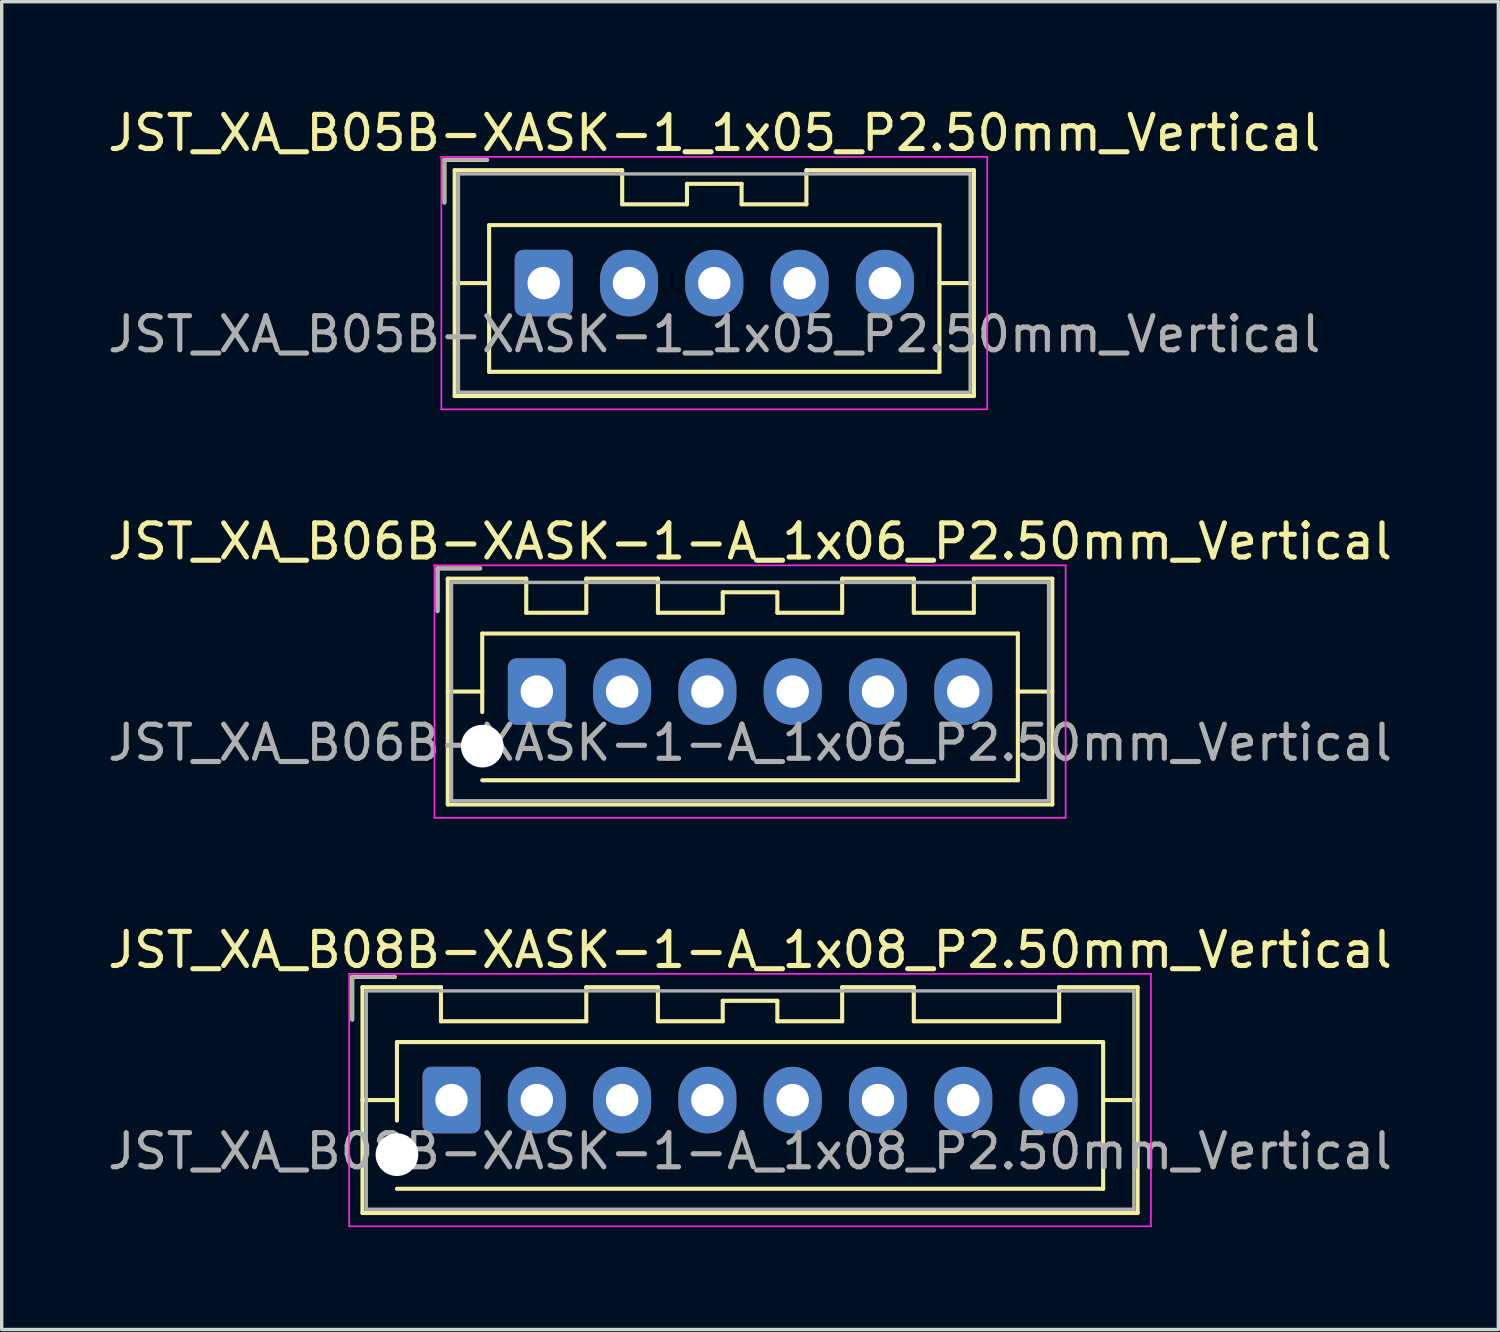
<source format=kicad_pcb>
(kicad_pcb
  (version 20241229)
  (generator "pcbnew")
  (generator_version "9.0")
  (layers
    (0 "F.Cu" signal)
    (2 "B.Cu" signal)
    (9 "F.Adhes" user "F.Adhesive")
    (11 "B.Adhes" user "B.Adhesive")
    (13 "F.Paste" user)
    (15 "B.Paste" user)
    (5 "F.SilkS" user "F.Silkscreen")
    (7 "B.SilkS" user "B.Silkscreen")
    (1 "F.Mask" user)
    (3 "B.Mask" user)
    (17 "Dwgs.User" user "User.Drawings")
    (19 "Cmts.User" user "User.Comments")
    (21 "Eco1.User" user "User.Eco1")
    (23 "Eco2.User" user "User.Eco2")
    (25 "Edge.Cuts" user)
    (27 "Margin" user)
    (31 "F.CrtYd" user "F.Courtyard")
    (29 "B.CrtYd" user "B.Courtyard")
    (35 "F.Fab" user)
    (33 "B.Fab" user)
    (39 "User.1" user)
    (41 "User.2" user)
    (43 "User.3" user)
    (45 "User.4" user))
  (footprint "JST_XA_B06B-XASK-1-A_1x06_P2.50mm_Vertical"
    (layer "F.Cu")
    (at 12.685 17.221)
    (property "Reference" "JST_XA_B06B-XASK-1-A_1x06_P2.50mm_Vertical" (at 6.25 -4.4 0) (layer "F.SilkS") (effects (font (size 1 1) (thickness 0.15))))
    (attr through_hole)
    (fp_line (start -2.91 -3.61) (end -2.91 -2.36) (stroke (width 0.12) (type solid)) (layer "F.SilkS"))
    (fp_line (start -2.61 -3.31) (end -2.61 3.31) (stroke (width 0.12) (type solid)) (layer "F.SilkS"))
    (fp_line (start -2.61 0) (end -1.6 0) (stroke (width 0.12) (type solid)) (layer "F.SilkS"))
    (fp_line (start -2.61 3.31) (end 15.11 3.31) (stroke (width 0.12) (type solid)) (layer "F.SilkS"))
    (fp_line (start -1.66 -3.61) (end -2.91 -3.61) (stroke (width 0.12) (type solid)) (layer "F.SilkS"))
    (fp_line (start -1.6 -1.7) (end 14.1 -1.7) (stroke (width 0.12) (type solid)) (layer "F.SilkS"))
    (fp_line (start -1.6 0.6) (end -1.6 -1.7) (stroke (width 0.12) (type solid)) (layer "F.SilkS"))
    (fp_line (start -0.31 -3.31) (end -2.61 -3.31) (stroke (width 0.12) (type solid)) (layer "F.SilkS"))
    (fp_line (start -0.31 -2.31) (end -0.31 -3.31) (stroke (width 0.12) (type solid)) (layer "F.SilkS"))
    (fp_line (start 1.45 -3.31) (end 1.45 -2.31) (stroke (width 0.12) (type solid)) (layer "F.SilkS"))
    (fp_line (start 1.45 -2.31) (end -0.31 -2.31) (stroke (width 0.12) (type solid)) (layer "F.SilkS"))
    (fp_line (start 3.55 -3.31) (end 1.45 -3.31) (stroke (width 0.12) (type solid)) (layer "F.SilkS"))
    (fp_line (start 3.55 -2.31) (end 3.55 -3.31) (stroke (width 0.12) (type solid)) (layer "F.SilkS"))
    (fp_line (start 5.45 -2.91) (end 5.45 -2.31) (stroke (width 0.12) (type solid)) (layer "F.SilkS"))
    (fp_line (start 5.45 -2.31) (end 3.55 -2.31) (stroke (width 0.12) (type solid)) (layer "F.SilkS"))
    (fp_line (start 7.05 -2.91) (end 5.45 -2.91) (stroke (width 0.12) (type solid)) (layer "F.SilkS"))
    (fp_line (start 7.05 -2.31) (end 7.05 -2.91) (stroke (width 0.12) (type solid)) (layer "F.SilkS"))
    (fp_line (start 8.95 -3.31) (end 8.95 -2.31) (stroke (width 0.12) (type solid)) (layer "F.SilkS"))
    (fp_line (start 8.95 -2.31) (end 7.05 -2.31) (stroke (width 0.12) (type solid)) (layer "F.SilkS"))
    (fp_line (start 11.05 -3.31) (end 8.95 -3.31) (stroke (width 0.12) (type solid)) (layer "F.SilkS"))
    (fp_line (start 11.05 -2.31) (end 11.05 -3.31) (stroke (width 0.12) (type solid)) (layer "F.SilkS"))
    (fp_line (start 12.81 -3.31) (end 12.81 -2.31) (stroke (width 0.12) (type solid)) (layer "F.SilkS"))
    (fp_line (start 12.81 -2.31) (end 11.05 -2.31) (stroke (width 0.12) (type solid)) (layer "F.SilkS"))
    (fp_line (start 14.1 -1.7) (end 14.1 2.6) (stroke (width 0.12) (type solid)) (layer "F.SilkS"))
    (fp_line (start 14.1 2.6) (end -1.6 2.6) (stroke (width 0.12) (type solid)) (layer "F.SilkS"))
    (fp_line (start 15.11 -3.31) (end 12.81 -3.31) (stroke (width 0.12) (type solid)) (layer "F.SilkS"))
    (fp_line (start 15.11 0) (end 14.1 0) (stroke (width 0.12) (type solid)) (layer "F.SilkS"))
    (fp_line (start 15.11 3.31) (end 15.11 -3.31) (stroke (width 0.12) (type solid)) (layer "F.SilkS"))
    (fp_line (start -3 -3.7) (end -3 3.7) (stroke (width 0.05) (type solid)) (layer "F.CrtYd"))
    (fp_line (start -3 3.7) (end 15.5 3.7) (stroke (width 0.05) (type solid)) (layer "F.CrtYd"))
    (fp_line (start 15.5 -3.7) (end -3 -3.7) (stroke (width 0.05) (type solid)) (layer "F.CrtYd"))
    (fp_line (start 15.5 3.7) (end 15.5 -3.7) (stroke (width 0.05) (type solid)) (layer "F.CrtYd"))
    (fp_line (start -2.91 -3.61) (end -2.91 -2.36) (stroke (width 0.1) (type solid)) (layer "F.Fab"))
    (fp_line (start -2.5 -3.2) (end -2.5 3.2) (stroke (width 0.1) (type solid)) (layer "F.Fab"))
    (fp_line (start -2.5 3.2) (end 15 3.2) (stroke (width 0.1) (type solid)) (layer "F.Fab"))
    (fp_line (start -1.66 -3.61) (end -2.91 -3.61) (stroke (width 0.1) (type solid)) (layer "F.Fab"))
    (fp_line (start 15 -3.2) (end -2.5 -3.2) (stroke (width 0.1) (type solid)) (layer "F.Fab"))
    (fp_line (start 15 3.2) (end 15 -3.2) (stroke (width 0.1) (type solid)) (layer "F.Fab"))
    (fp_text user "${REFERENCE}" (at 6.25 1.5 0) (layer "F.Fab") (effects (font (size 1 1) (thickness 0.15))))
    (pad "" np_thru_hole circle (at -1.6 1.6) (size 1.25 1.25) (drill 1.25) (layers "*.Cu" "*.Mask"))
    (pad "1" thru_hole roundrect (at 0 0) (size 1.7 1.95) (drill 0.95) (layers "*.Cu" "*.Mask") (roundrect_rratio 0.147))
    (pad "2" thru_hole oval (at 2.5 0) (size 1.7 1.95) (drill 0.95) (layers "*.Cu" "*.Mask"))
    (pad "3" thru_hole oval (at 5 0) (size 1.7 1.95) (drill 0.95) (layers "*.Cu" "*.Mask"))
    (pad "4" thru_hole oval (at 7.5 0) (size 1.7 1.95) (drill 0.95) (layers "*.Cu" "*.Mask"))
    (pad "5" thru_hole oval (at 10 0) (size 1.7 1.95) (drill 0.95) (layers "*.Cu" "*.Mask"))
    (pad "6" thru_hole oval (at 12.5 0) (size 1.7 1.95) (drill 0.95) (layers "*.Cu" "*.Mask")))
  (footprint "JST_XA_B05B-XASK-1_1x05_P2.50mm_Vertical"
    (layer "F.Cu")
    (at 12.887 5.248)
    (property "Reference" "JST_XA_B05B-XASK-1_1x05_P2.50mm_Vertical" (at 5 -4.4 0) (layer "F.SilkS") (effects (font (size 1 1) (thickness 0.15))))
    (attr through_hole)
    (fp_line (start -2.91 -3.61) (end -2.91 -2.36) (stroke (width 0.12) (type solid)) (layer "F.SilkS"))
    (fp_line (start -2.61 -3.31) (end -2.61 3.31) (stroke (width 0.12) (type solid)) (layer "F.SilkS"))
    (fp_line (start -2.61 0) (end -1.6 0) (stroke (width 0.12) (type solid)) (layer "F.SilkS"))
    (fp_line (start -2.61 3.31) (end 12.61 3.31) (stroke (width 0.12) (type solid)) (layer "F.SilkS"))
    (fp_line (start -1.66 -3.61) (end -2.91 -3.61) (stroke (width 0.12) (type solid)) (layer "F.SilkS"))
    (fp_line (start -1.6 -1.7) (end -1.6 2.6) (stroke (width 0.12) (type solid)) (layer "F.SilkS"))
    (fp_line (start -1.6 2.6) (end 11.6 2.6) (stroke (width 0.12) (type solid)) (layer "F.SilkS"))
    (fp_line (start 2.3 -3.31) (end -2.61 -3.31) (stroke (width 0.12) (type solid)) (layer "F.SilkS"))
    (fp_line (start 2.3 -2.31) (end 2.3 -3.31) (stroke (width 0.12) (type solid)) (layer "F.SilkS"))
    (fp_line (start 4.2 -2.91) (end 4.2 -2.31) (stroke (width 0.12) (type solid)) (layer "F.SilkS"))
    (fp_line (start 4.2 -2.31) (end 2.3 -2.31) (stroke (width 0.12) (type solid)) (layer "F.SilkS"))
    (fp_line (start 5.8 -2.91) (end 4.2 -2.91) (stroke (width 0.12) (type solid)) (layer "F.SilkS"))
    (fp_line (start 5.8 -2.31) (end 5.8 -2.91) (stroke (width 0.12) (type solid)) (layer "F.SilkS"))
    (fp_line (start 7.7 -3.31) (end 7.7 -2.31) (stroke (width 0.12) (type solid)) (layer "F.SilkS"))
    (fp_line (start 7.7 -2.31) (end 5.8 -2.31) (stroke (width 0.12) (type solid)) (layer "F.SilkS"))
    (fp_line (start 11.6 -1.7) (end -1.6 -1.7) (stroke (width 0.12) (type solid)) (layer "F.SilkS"))
    (fp_line (start 11.6 2.6) (end 11.6 -1.7) (stroke (width 0.12) (type solid)) (layer "F.SilkS"))
    (fp_line (start 12.61 -3.31) (end 7.7 -3.31) (stroke (width 0.12) (type solid)) (layer "F.SilkS"))
    (fp_line (start 12.61 0) (end 11.6 0) (stroke (width 0.12) (type solid)) (layer "F.SilkS"))
    (fp_line (start 12.61 3.31) (end 12.61 -3.31) (stroke (width 0.12) (type solid)) (layer "F.SilkS"))
    (fp_line (start -3 -3.7) (end -3 3.7) (stroke (width 0.05) (type solid)) (layer "F.CrtYd"))
    (fp_line (start -3 3.7) (end 13 3.7) (stroke (width 0.05) (type solid)) (layer "F.CrtYd"))
    (fp_line (start 13 -3.7) (end -3 -3.7) (stroke (width 0.05) (type solid)) (layer "F.CrtYd"))
    (fp_line (start 13 3.7) (end 13 -3.7) (stroke (width 0.05) (type solid)) (layer "F.CrtYd"))
    (fp_line (start -2.91 -3.61) (end -2.91 -2.36) (stroke (width 0.1) (type solid)) (layer "F.Fab"))
    (fp_line (start -2.5 -3.2) (end -2.5 3.2) (stroke (width 0.1) (type solid)) (layer "F.Fab"))
    (fp_line (start -2.5 3.2) (end 12.5 3.2) (stroke (width 0.1) (type solid)) (layer "F.Fab"))
    (fp_line (start -1.66 -3.61) (end -2.91 -3.61) (stroke (width 0.1) (type solid)) (layer "F.Fab"))
    (fp_line (start 12.5 -3.2) (end -2.5 -3.2) (stroke (width 0.1) (type solid)) (layer "F.Fab"))
    (fp_line (start 12.5 3.2) (end 12.5 -3.2) (stroke (width 0.1) (type solid)) (layer "F.Fab"))
    (fp_text user "${REFERENCE}" (at 5 1.5 0) (layer "F.Fab") (effects (font (size 1 1) (thickness 0.15))))
    (pad "1" thru_hole roundrect (at 0 0) (size 1.7 1.95) (drill 0.95) (layers "*.Cu" "*.Mask") (roundrect_rratio 0.147))
    (pad "2" thru_hole oval (at 2.5 0) (size 1.7 1.95) (drill 0.95) (layers "*.Cu" "*.Mask"))
    (pad "3" thru_hole oval (at 5 0) (size 1.7 1.95) (drill 0.95) (layers "*.Cu" "*.Mask"))
    (pad "4" thru_hole oval (at 7.5 0) (size 1.7 1.95) (drill 0.95) (layers "*.Cu" "*.Mask"))
    (pad "5" thru_hole oval (at 10 0) (size 1.7 1.95) (drill 0.95) (layers "*.Cu" "*.Mask")))
  (footprint "JST_XA_B08B-XASK-1-A_1x08_P2.50mm_Vertical"
    (layer "F.Cu")
    (at 10.185 29.195)
    (property "Reference" "JST_XA_B08B-XASK-1-A_1x08_P2.50mm_Vertical" (at 8.75 -4.4 0) (layer "F.SilkS") (effects (font (size 1 1) (thickness 0.15))))
    (attr through_hole)
    (fp_line (start -2.91 -3.61) (end -2.91 -2.36) (stroke (width 0.12) (type solid)) (layer "F.SilkS"))
    (fp_line (start -2.61 -3.31) (end -2.61 3.31) (stroke (width 0.12) (type solid)) (layer "F.SilkS"))
    (fp_line (start -2.61 0) (end -1.6 0) (stroke (width 0.12) (type solid)) (layer "F.SilkS"))
    (fp_line (start -2.61 3.31) (end 20.11 3.31) (stroke (width 0.12) (type solid)) (layer "F.SilkS"))
    (fp_line (start -1.66 -3.61) (end -2.91 -3.61) (stroke (width 0.12) (type solid)) (layer "F.SilkS"))
    (fp_line (start -1.6 -1.7) (end 19.1 -1.7) (stroke (width 0.12) (type solid)) (layer "F.SilkS"))
    (fp_line (start -1.6 0.6) (end -1.6 -1.7) (stroke (width 0.12) (type solid)) (layer "F.SilkS"))
    (fp_line (start -0.31 -3.31) (end -2.61 -3.31) (stroke (width 0.12) (type solid)) (layer "F.SilkS"))
    (fp_line (start -0.31 -2.31) (end -0.31 -3.31) (stroke (width 0.12) (type solid)) (layer "F.SilkS"))
    (fp_line (start 3.95 -3.31) (end 3.95 -2.31) (stroke (width 0.12) (type solid)) (layer "F.SilkS"))
    (fp_line (start 3.95 -2.31) (end -0.31 -2.31) (stroke (width 0.12) (type solid)) (layer "F.SilkS"))
    (fp_line (start 6.05 -3.31) (end 3.95 -3.31) (stroke (width 0.12) (type solid)) (layer "F.SilkS"))
    (fp_line (start 6.05 -2.31) (end 6.05 -3.31) (stroke (width 0.12) (type solid)) (layer "F.SilkS"))
    (fp_line (start 7.95 -2.91) (end 7.95 -2.31) (stroke (width 0.12) (type solid)) (layer "F.SilkS"))
    (fp_line (start 7.95 -2.31) (end 6.05 -2.31) (stroke (width 0.12) (type solid)) (layer "F.SilkS"))
    (fp_line (start 9.55 -2.91) (end 7.95 -2.91) (stroke (width 0.12) (type solid)) (layer "F.SilkS"))
    (fp_line (start 9.55 -2.31) (end 9.55 -2.91) (stroke (width 0.12) (type solid)) (layer "F.SilkS"))
    (fp_line (start 11.45 -3.31) (end 11.45 -2.31) (stroke (width 0.12) (type solid)) (layer "F.SilkS"))
    (fp_line (start 11.45 -2.31) (end 9.55 -2.31) (stroke (width 0.12) (type solid)) (layer "F.SilkS"))
    (fp_line (start 13.55 -3.31) (end 11.45 -3.31) (stroke (width 0.12) (type solid)) (layer "F.SilkS"))
    (fp_line (start 13.55 -2.31) (end 13.55 -3.31) (stroke (width 0.12) (type solid)) (layer "F.SilkS"))
    (fp_line (start 17.81 -3.31) (end 17.81 -2.31) (stroke (width 0.12) (type solid)) (layer "F.SilkS"))
    (fp_line (start 17.81 -2.31) (end 13.55 -2.31) (stroke (width 0.12) (type solid)) (layer "F.SilkS"))
    (fp_line (start 19.1 -1.7) (end 19.1 2.6) (stroke (width 0.12) (type solid)) (layer "F.SilkS"))
    (fp_line (start 19.1 2.6) (end -1.6 2.6) (stroke (width 0.12) (type solid)) (layer "F.SilkS"))
    (fp_line (start 20.11 -3.31) (end 17.81 -3.31) (stroke (width 0.12) (type solid)) (layer "F.SilkS"))
    (fp_line (start 20.11 0) (end 19.1 0) (stroke (width 0.12) (type solid)) (layer "F.SilkS"))
    (fp_line (start 20.11 3.31) (end 20.11 -3.31) (stroke (width 0.12) (type solid)) (layer "F.SilkS"))
    (fp_line (start -3 -3.7) (end -3 3.7) (stroke (width 0.05) (type solid)) (layer "F.CrtYd"))
    (fp_line (start -3 3.7) (end 20.5 3.7) (stroke (width 0.05) (type solid)) (layer "F.CrtYd"))
    (fp_line (start 20.5 -3.7) (end -3 -3.7) (stroke (width 0.05) (type solid)) (layer "F.CrtYd"))
    (fp_line (start 20.5 3.7) (end 20.5 -3.7) (stroke (width 0.05) (type solid)) (layer "F.CrtYd"))
    (fp_line (start -2.91 -3.61) (end -2.91 -2.36) (stroke (width 0.1) (type solid)) (layer "F.Fab"))
    (fp_line (start -2.5 -3.2) (end -2.5 3.2) (stroke (width 0.1) (type solid)) (layer "F.Fab"))
    (fp_line (start -2.5 3.2) (end 20 3.2) (stroke (width 0.1) (type solid)) (layer "F.Fab"))
    (fp_line (start -1.66 -3.61) (end -2.91 -3.61) (stroke (width 0.1) (type solid)) (layer "F.Fab"))
    (fp_line (start 20 -3.2) (end -2.5 -3.2) (stroke (width 0.1) (type solid)) (layer "F.Fab"))
    (fp_line (start 20 3.2) (end 20 -3.2) (stroke (width 0.1) (type solid)) (layer "F.Fab"))
    (fp_text user "${REFERENCE}" (at 8.75 1.5 0) (layer "F.Fab") (effects (font (size 1 1) (thickness 0.15))))
    (pad "" np_thru_hole circle (at -1.6 1.6) (size 1.25 1.25) (drill 1.25) (layers "*.Cu" "*.Mask"))
    (pad "1" thru_hole roundrect (at 0 0) (size 1.7 1.95) (drill 0.95) (layers "*.Cu" "*.Mask") (roundrect_rratio 0.147))
    (pad "2" thru_hole oval (at 2.5 0) (size 1.7 1.95) (drill 0.95) (layers "*.Cu" "*.Mask"))
    (pad "3" thru_hole oval (at 5 0) (size 1.7 1.95) (drill 0.95) (layers "*.Cu" "*.Mask"))
    (pad "4" thru_hole oval (at 7.5 0) (size 1.7 1.95) (drill 0.95) (layers "*.Cu" "*.Mask"))
    (pad "5" thru_hole oval (at 10 0) (size 1.7 1.95) (drill 0.95) (layers "*.Cu" "*.Mask"))
    (pad "6" thru_hole oval (at 12.5 0) (size 1.7 1.95) (drill 0.95) (layers "*.Cu" "*.Mask"))
    (pad "7" thru_hole oval (at 15 0) (size 1.7 1.95) (drill 0.95) (layers "*.Cu" "*.Mask"))
    (pad "8" thru_hole oval (at 17.5 0) (size 1.7 1.95) (drill 0.95) (layers "*.Cu" "*.Mask")))
  (gr_rect
    (start -3 -3)
    (end 40.869 35.92)
    (stroke (width 0.1) (type default))
    (fill no)
    (layer "Edge.Cuts")))
</source>
